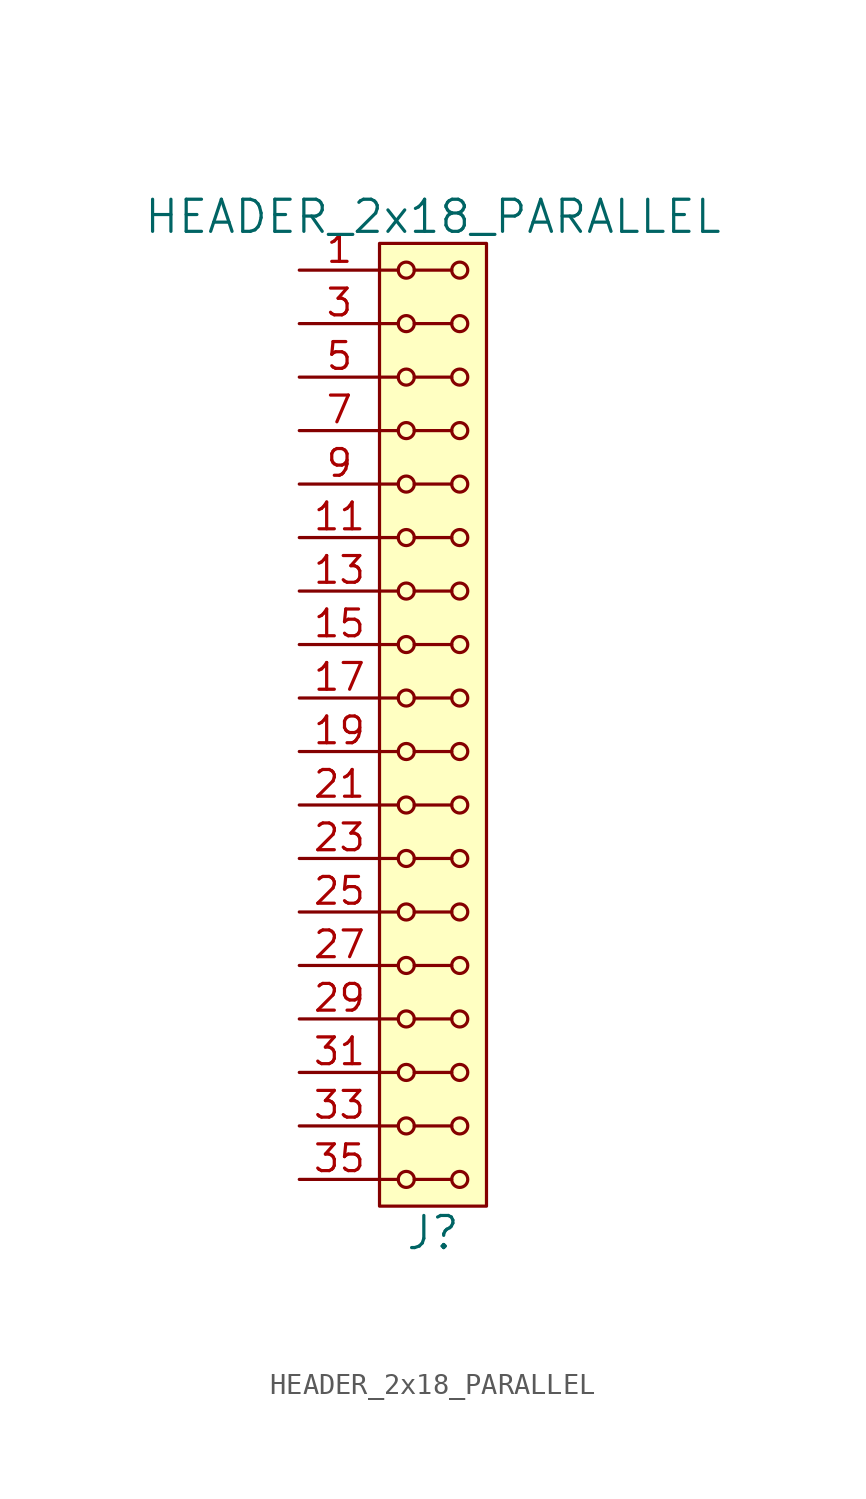
<source format=kicad_sym>
(kicad_symbol_lib
  (version 20211014)
  (generator kicad_symbol_editor)
  (symbol "HEADER_2x18_PARALLEL"
    (pin_names
      (offset 1.016))
    (property "Reference" "J"
      (at 0 -24.13 0)
      (effects (font (size 1.524 1.524))))
    (property "Value" "HEADER_2x18_PARALLEL"
      (at 0 24.13 0)
      (effects (font (size 1.524 1.524))))
    (property "Footprint" ""
      (at 0 21.59 0)
      (effects (font (size 1.524 1.524))))
    (property "Datasheet" ""
      (at 0 21.59 0)
      (effects (font (size 1.524 1.524))))
    (symbol "HEADER_2x18_PARALLEL_0_1"
      (rectangle (start -2.54 22.86) (end 2.54 -22.86) (stroke (width 0) (type default) (color 0 0 0 0)) (fill (type background)))
      (circle (center -1.27 -21.59) (radius 0.381) (stroke (width 0) (type default) (color 0 0 0 0)) (fill (type none)))
      (circle (center -1.27 -19.05) (radius 0.381) (stroke (width 0) (type default) (color 0 0 0 0)) (fill (type none)))
      (circle (center -1.27 -16.51) (radius 0.381) (stroke (width 0) (type default) (color 0 0 0 0)) (fill (type none)))
      (circle (center -1.27 -13.97) (radius 0.381) (stroke (width 0) (type default) (color 0 0 0 0)) (fill (type none)))
      (circle (center -1.27 -11.43) (radius 0.381) (stroke (width 0) (type default) (color 0 0 0 0)) (fill (type none)))
      (circle (center -1.27 -8.89) (radius 0.381) (stroke (width 0) (type default) (color 0 0 0 0)) (fill (type none)))
      (circle (center -1.27 -6.35) (radius 0.381) (stroke (width 0) (type default) (color 0 0 0 0)) (fill (type none)))
      (circle (center -1.27 -3.81) (radius 0.381) (stroke (width 0) (type default) (color 0 0 0 0)) (fill (type none)))
      (circle (center -1.27 -1.27) (radius 0.381) (stroke (width 0) (type default) (color 0 0 0 0)) (fill (type none)))
      (circle (center -1.27 1.27) (radius 0.381) (stroke (width 0) (type default) (color 0 0 0 0)) (fill (type none)))
      (circle (center -1.27 3.81) (radius 0.381) (stroke (width 0) (type default) (color 0 0 0 0)) (fill (type none)))
      (circle (center -1.27 6.35) (radius 0.381) (stroke (width 0) (type default) (color 0 0 0 0)) (fill (type none)))
      (circle (center -1.27 8.89) (radius 0.381) (stroke (width 0) (type default) (color 0 0 0 0)) (fill (type none)))
      (circle (center -1.27 11.43) (radius 0.381) (stroke (width 0) (type default) (color 0 0 0 0)) (fill (type none)))
      (circle (center -1.27 13.97) (radius 0.381) (stroke (width 0) (type default) (color 0 0 0 0)) (fill (type none)))
      (circle (center -1.27 16.51) (radius 0.381) (stroke (width 0) (type default) (color 0 0 0 0)) (fill (type none)))
      (circle (center -1.27 19.05) (radius 0.381) (stroke (width 0) (type default) (color 0 0 0 0)) (fill (type none)))
      (circle (center -1.27 21.59) (radius 0.381) (stroke (width 0) (type default) (color 0 0 0 0)) (fill (type none)))
      (polyline (pts (xy -1.651 -21.59) (xy -2.54 -21.59)) (stroke (width 0) (type default) (color 0 0 0 0)) (fill (type none)))
      (polyline (pts (xy -1.651 -19.05) (xy -2.54 -19.05)) (stroke (width 0) (type default) (color 0 0 0 0)) (fill (type none)))
      (polyline (pts (xy -1.651 -16.51) (xy -2.54 -16.51)) (stroke (width 0) (type default) (color 0 0 0 0)) (fill (type none)))
      (polyline (pts (xy -1.651 -13.97) (xy -2.54 -13.97)) (stroke (width 0) (type default) (color 0 0 0 0)) (fill (type none)))
      (polyline (pts (xy -1.651 -11.43) (xy -2.54 -11.43)) (stroke (width 0) (type default) (color 0 0 0 0)) (fill (type none)))
      (polyline (pts (xy -1.651 -8.89) (xy -2.54 -8.89)) (stroke (width 0) (type default) (color 0 0 0 0)) (fill (type none)))
      (polyline (pts (xy -1.651 -6.35) (xy -2.54 -6.35)) (stroke (width 0) (type default) (color 0 0 0 0)) (fill (type none)))
      (polyline (pts (xy -1.651 -3.81) (xy -2.54 -3.81)) (stroke (width 0) (type default) (color 0 0 0 0)) (fill (type none)))
      (polyline (pts (xy -1.651 -1.27) (xy -2.54 -1.27)) (stroke (width 0) (type default) (color 0 0 0 0)) (fill (type none)))
      (polyline (pts (xy -1.651 1.27) (xy -2.54 1.27)) (stroke (width 0) (type default) (color 0 0 0 0)) (fill (type none)))
      (polyline (pts (xy -1.651 3.81) (xy -2.54 3.81)) (stroke (width 0) (type default) (color 0 0 0 0)) (fill (type none)))
      (polyline (pts (xy -1.651 6.35) (xy -2.54 6.35)) (stroke (width 0) (type default) (color 0 0 0 0)) (fill (type none)))
      (polyline (pts (xy -1.651 8.89) (xy -2.54 8.89)) (stroke (width 0) (type default) (color 0 0 0 0)) (fill (type none)))
      (polyline (pts (xy -1.651 11.43) (xy -2.54 11.43)) (stroke (width 0) (type default) (color 0 0 0 0)) (fill (type none)))
      (polyline (pts (xy -1.651 13.97) (xy -2.54 13.97)) (stroke (width 0) (type default) (color 0 0 0 0)) (fill (type none)))
      (polyline (pts (xy -1.651 16.51) (xy -2.54 16.51)) (stroke (width 0) (type default) (color 0 0 0 0)) (fill (type none)))
      (polyline (pts (xy -1.651 19.05) (xy -2.54 19.05)) (stroke (width 0) (type default) (color 0 0 0 0)) (fill (type none)))
      (polyline (pts (xy -1.651 21.59) (xy -2.54 21.59)) (stroke (width 0) (type default) (color 0 0 0 0)) (fill (type none)))
      (polyline (pts (xy -0.889 -21.59) (xy 0.889 -21.59)) (stroke (width 0) (type default) (color 0 0 0 0)) (fill (type none)))
      (polyline (pts (xy -0.889 -19.05) (xy 0.889 -19.05)) (stroke (width 0) (type default) (color 0 0 0 0)) (fill (type none)))
      (polyline (pts (xy -0.889 -16.51) (xy 0.889 -16.51)) (stroke (width 0) (type default) (color 0 0 0 0)) (fill (type none)))
      (polyline (pts (xy -0.889 -13.97) (xy 0.889 -13.97)) (stroke (width 0) (type default) (color 0 0 0 0)) (fill (type none)))
      (polyline (pts (xy -0.889 -11.43) (xy 0.889 -11.43)) (stroke (width 0) (type default) (color 0 0 0 0)) (fill (type none)))
      (polyline (pts (xy -0.889 -8.89) (xy 0.889 -8.89)) (stroke (width 0) (type default) (color 0 0 0 0)) (fill (type none)))
      (polyline (pts (xy -0.889 -6.35) (xy 0.889 -6.35)) (stroke (width 0) (type default) (color 0 0 0 0)) (fill (type none)))
      (polyline (pts (xy -0.889 -3.81) (xy 0.889 -3.81)) (stroke (width 0) (type default) (color 0 0 0 0)) (fill (type none)))
      (polyline (pts (xy -0.889 -1.27) (xy 0.889 -1.27)) (stroke (width 0) (type default) (color 0 0 0 0)) (fill (type none)))
      (polyline (pts (xy -0.889 1.27) (xy 0.889 1.27)) (stroke (width 0) (type default) (color 0 0 0 0)) (fill (type none)))
      (polyline (pts (xy -0.889 3.81) (xy 0.889 3.81)) (stroke (width 0) (type default) (color 0 0 0 0)) (fill (type none)))
      (polyline (pts (xy -0.889 6.35) (xy 0.889 6.35)) (stroke (width 0) (type default) (color 0 0 0 0)) (fill (type none)))
      (polyline (pts (xy -0.889 8.89) (xy 0.889 8.89)) (stroke (width 0) (type default) (color 0 0 0 0)) (fill (type none)))
      (polyline (pts (xy -0.889 11.43) (xy 0.889 11.43)) (stroke (width 0) (type default) (color 0 0 0 0)) (fill (type none)))
      (polyline (pts (xy -0.889 13.97) (xy 0.889 13.97)) (stroke (width 0) (type default) (color 0 0 0 0)) (fill (type none)))
      (polyline (pts (xy -0.889 16.51) (xy 0.889 16.51)) (stroke (width 0) (type default) (color 0 0 0 0)) (fill (type none)))
      (polyline (pts (xy -0.889 19.05) (xy 0.889 19.05)) (stroke (width 0) (type default) (color 0 0 0 0)) (fill (type none)))
      (polyline (pts (xy -0.889 21.59) (xy 0.889 21.59)) (stroke (width 0) (type default) (color 0 0 0 0)) (fill (type none)))
      (circle (center 1.27 -21.59) (radius 0.381) (stroke (width 0) (type default) (color 0 0 0 0)) (fill (type none)))
      (circle (center 1.27 -19.05) (radius 0.381) (stroke (width 0) (type default) (color 0 0 0 0)) (fill (type none)))
      (circle (center 1.27 -16.51) (radius 0.381) (stroke (width 0) (type default) (color 0 0 0 0)) (fill (type none)))
      (circle (center 1.27 -13.97) (radius 0.381) (stroke (width 0) (type default) (color 0 0 0 0)) (fill (type none)))
      (circle (center 1.27 -11.43) (radius 0.381) (stroke (width 0) (type default) (color 0 0 0 0)) (fill (type none)))
      (circle (center 1.27 -8.89) (radius 0.381) (stroke (width 0) (type default) (color 0 0 0 0)) (fill (type none)))
      (circle (center 1.27 -6.35) (radius 0.381) (stroke (width 0) (type default) (color 0 0 0 0)) (fill (type none)))
      (circle (center 1.27 -3.81) (radius 0.381) (stroke (width 0) (type default) (color 0 0 0 0)) (fill (type none)))
      (circle (center 1.27 -1.27) (radius 0.381) (stroke (width 0) (type default) (color 0 0 0 0)) (fill (type none)))
      (circle (center 1.27 1.27) (radius 0.381) (stroke (width 0) (type default) (color 0 0 0 0)) (fill (type none)))
      (circle (center 1.27 3.81) (radius 0.381) (stroke (width 0) (type default) (color 0 0 0 0)) (fill (type none)))
      (circle (center 1.27 6.35) (radius 0.381) (stroke (width 0) (type default) (color 0 0 0 0)) (fill (type none)))
      (circle (center 1.27 8.89) (radius 0.381) (stroke (width 0) (type default) (color 0 0 0 0)) (fill (type none)))
      (circle (center 1.27 11.43) (radius 0.381) (stroke (width 0) (type default) (color 0 0 0 0)) (fill (type none)))
      (circle (center 1.27 13.97) (radius 0.381) (stroke (width 0) (type default) (color 0 0 0 0)) (fill (type none)))
      (circle (center 1.27 16.51) (radius 0.381) (stroke (width 0) (type default) (color 0 0 0 0)) (fill (type none)))
      (circle (center 1.27 19.05) (radius 0.381) (stroke (width 0) (type default) (color 0 0 0 0)) (fill (type none)))
      (circle (center 1.27 21.59) (radius 0.381) (stroke (width 0) (type default) (color 0 0 0 0)) (fill (type none))))
    (symbol "HEADER_2x18_PARALLEL_1_1"
      (pin input line (at -6.35 21.59 0) (length 3.81) (name "~" (effects (font (size 1.27 1.27)))) (number "1" (effects (font (size 1.27 1.27)))))
      (pin input line (at -6.35 11.43 0) (length 3.81) hide (name "~" (effects (font (size 1.27 1.27)))) (number "10" (effects (font (size 1.27 1.27)))))
      (pin input line (at -6.35 8.89 0) (length 3.81) (name "~" (effects (font (size 1.27 1.27)))) (number "11" (effects (font (size 1.27 1.27)))))
      (pin input line (at -6.35 8.89 0) (length 3.81) hide (name "~" (effects (font (size 1.27 1.27)))) (number "12" (effects (font (size 1.27 1.27)))))
      (pin input line (at -6.35 6.35 0) (length 3.81) (name "~" (effects (font (size 1.27 1.27)))) (number "13" (effects (font (size 1.27 1.27)))))
      (pin input line (at -6.35 6.35 0) (length 3.81) hide (name "~" (effects (font (size 1.27 1.27)))) (number "14" (effects (font (size 1.27 1.27)))))
      (pin input line (at -6.35 3.81 0) (length 3.81) (name "~" (effects (font (size 1.27 1.27)))) (number "15" (effects (font (size 1.27 1.27)))))
      (pin input line (at -6.35 3.81 0) (length 3.81) hide (name "~" (effects (font (size 1.27 1.27)))) (number "16" (effects (font (size 1.27 1.27)))))
      (pin input line (at -6.35 1.27 0) (length 3.81) (name "~" (effects (font (size 1.27 1.27)))) (number "17" (effects (font (size 1.27 1.27)))))
      (pin input line (at -6.35 1.27 0) (length 3.81) hide (name "~" (effects (font (size 1.27 1.27)))) (number "18" (effects (font (size 1.27 1.27)))))
      (pin input line (at -6.35 -1.27 0) (length 3.81) (name "~" (effects (font (size 1.27 1.27)))) (number "19" (effects (font (size 1.27 1.27)))))
      (pin input line (at -6.35 21.59 0) (length 3.81) hide (name "~" (effects (font (size 1.27 1.27)))) (number "2" (effects (font (size 1.27 1.27)))))
      (pin input line (at -6.35 -1.27 0) (length 3.81) hide (name "~" (effects (font (size 1.27 1.27)))) (number "20" (effects (font (size 1.27 1.27)))))
      (pin input line (at -6.35 -3.81 0) (length 3.81) (name "~" (effects (font (size 1.27 1.27)))) (number "21" (effects (font (size 1.27 1.27)))))
      (pin input line (at -6.35 -3.81 0) (length 3.81) hide (name "~" (effects (font (size 1.27 1.27)))) (number "22" (effects (font (size 1.27 1.27)))))
      (pin input line (at -6.35 -6.35 0) (length 3.81) (name "~" (effects (font (size 1.27 1.27)))) (number "23" (effects (font (size 1.27 1.27)))))
      (pin input line (at -6.35 -6.35 0) (length 3.81) hide (name "~" (effects (font (size 1.27 1.27)))) (number "24" (effects (font (size 1.27 1.27)))))
      (pin input line (at -6.35 -8.89 0) (length 3.81) (name "~" (effects (font (size 1.27 1.27)))) (number "25" (effects (font (size 1.27 1.27)))))
      (pin input line (at -6.35 -8.89 0) (length 3.81) hide (name "~" (effects (font (size 1.27 1.27)))) (number "26" (effects (font (size 1.27 1.27)))))
      (pin input line (at -6.35 -11.43 0) (length 3.81) (name "~" (effects (font (size 1.27 1.27)))) (number "27" (effects (font (size 1.27 1.27)))))
      (pin input line (at -6.35 -11.43 0) (length 3.81) hide (name "~" (effects (font (size 1.27 1.27)))) (number "28" (effects (font (size 1.27 1.27)))))
      (pin input line (at -6.35 -13.97 0) (length 3.81) (name "~" (effects (font (size 1.27 1.27)))) (number "29" (effects (font (size 1.27 1.27)))))
      (pin input line (at -6.35 19.05 0) (length 3.81) (name "~" (effects (font (size 1.27 1.27)))) (number "3" (effects (font (size 1.27 1.27)))))
      (pin input line (at -6.35 -13.97 0) (length 3.81) hide (name "~" (effects (font (size 1.27 1.27)))) (number "30" (effects (font (size 1.27 1.27)))))
      (pin input line (at -6.35 -16.51 0) (length 3.81) (name "~" (effects (font (size 1.27 1.27)))) (number "31" (effects (font (size 1.27 1.27)))))
      (pin input line (at -6.35 -16.51 0) (length 3.81) hide (name "~" (effects (font (size 1.27 1.27)))) (number "32" (effects (font (size 1.27 1.27)))))
      (pin input line (at -6.35 -19.05 0) (length 3.81) (name "~" (effects (font (size 1.27 1.27)))) (number "33" (effects (font (size 1.27 1.27)))))
      (pin input line (at -6.35 -19.05 0) (length 3.81) hide (name "~" (effects (font (size 1.27 1.27)))) (number "34" (effects (font (size 1.27 1.27)))))
      (pin input line (at -6.35 -21.59 0) (length 3.81) (name "~" (effects (font (size 1.27 1.27)))) (number "35" (effects (font (size 1.27 1.27)))))
      (pin input line (at -6.35 -21.59 0) (length 3.81) hide (name "~" (effects (font (size 1.27 1.27)))) (number "36" (effects (font (size 1.27 1.27)))))
      (pin input line (at -6.35 19.05 0) (length 3.81) hide (name "~" (effects (font (size 1.27 1.27)))) (number "4" (effects (font (size 1.27 1.27)))))
      (pin input line (at -6.35 16.51 0) (length 3.81) (name "~" (effects (font (size 1.27 1.27)))) (number "5" (effects (font (size 1.27 1.27)))))
      (pin input line (at -6.35 16.51 0) (length 3.81) hide (name "~" (effects (font (size 1.27 1.27)))) (number "6" (effects (font (size 1.27 1.27)))))
      (pin input line (at -6.35 13.97 0) (length 3.81) (name "~" (effects (font (size 1.27 1.27)))) (number "7" (effects (font (size 1.27 1.27)))))
      (pin input line (at -6.35 13.97 0) (length 3.81) hide (name "~" (effects (font (size 1.27 1.27)))) (number "8" (effects (font (size 1.27 1.27)))))
      (pin input line (at -6.35 11.43 0) (length 3.81) (name "~" (effects (font (size 1.27 1.27)))) (number "9" (effects (font (size 1.27 1.27))))))))
</source>
